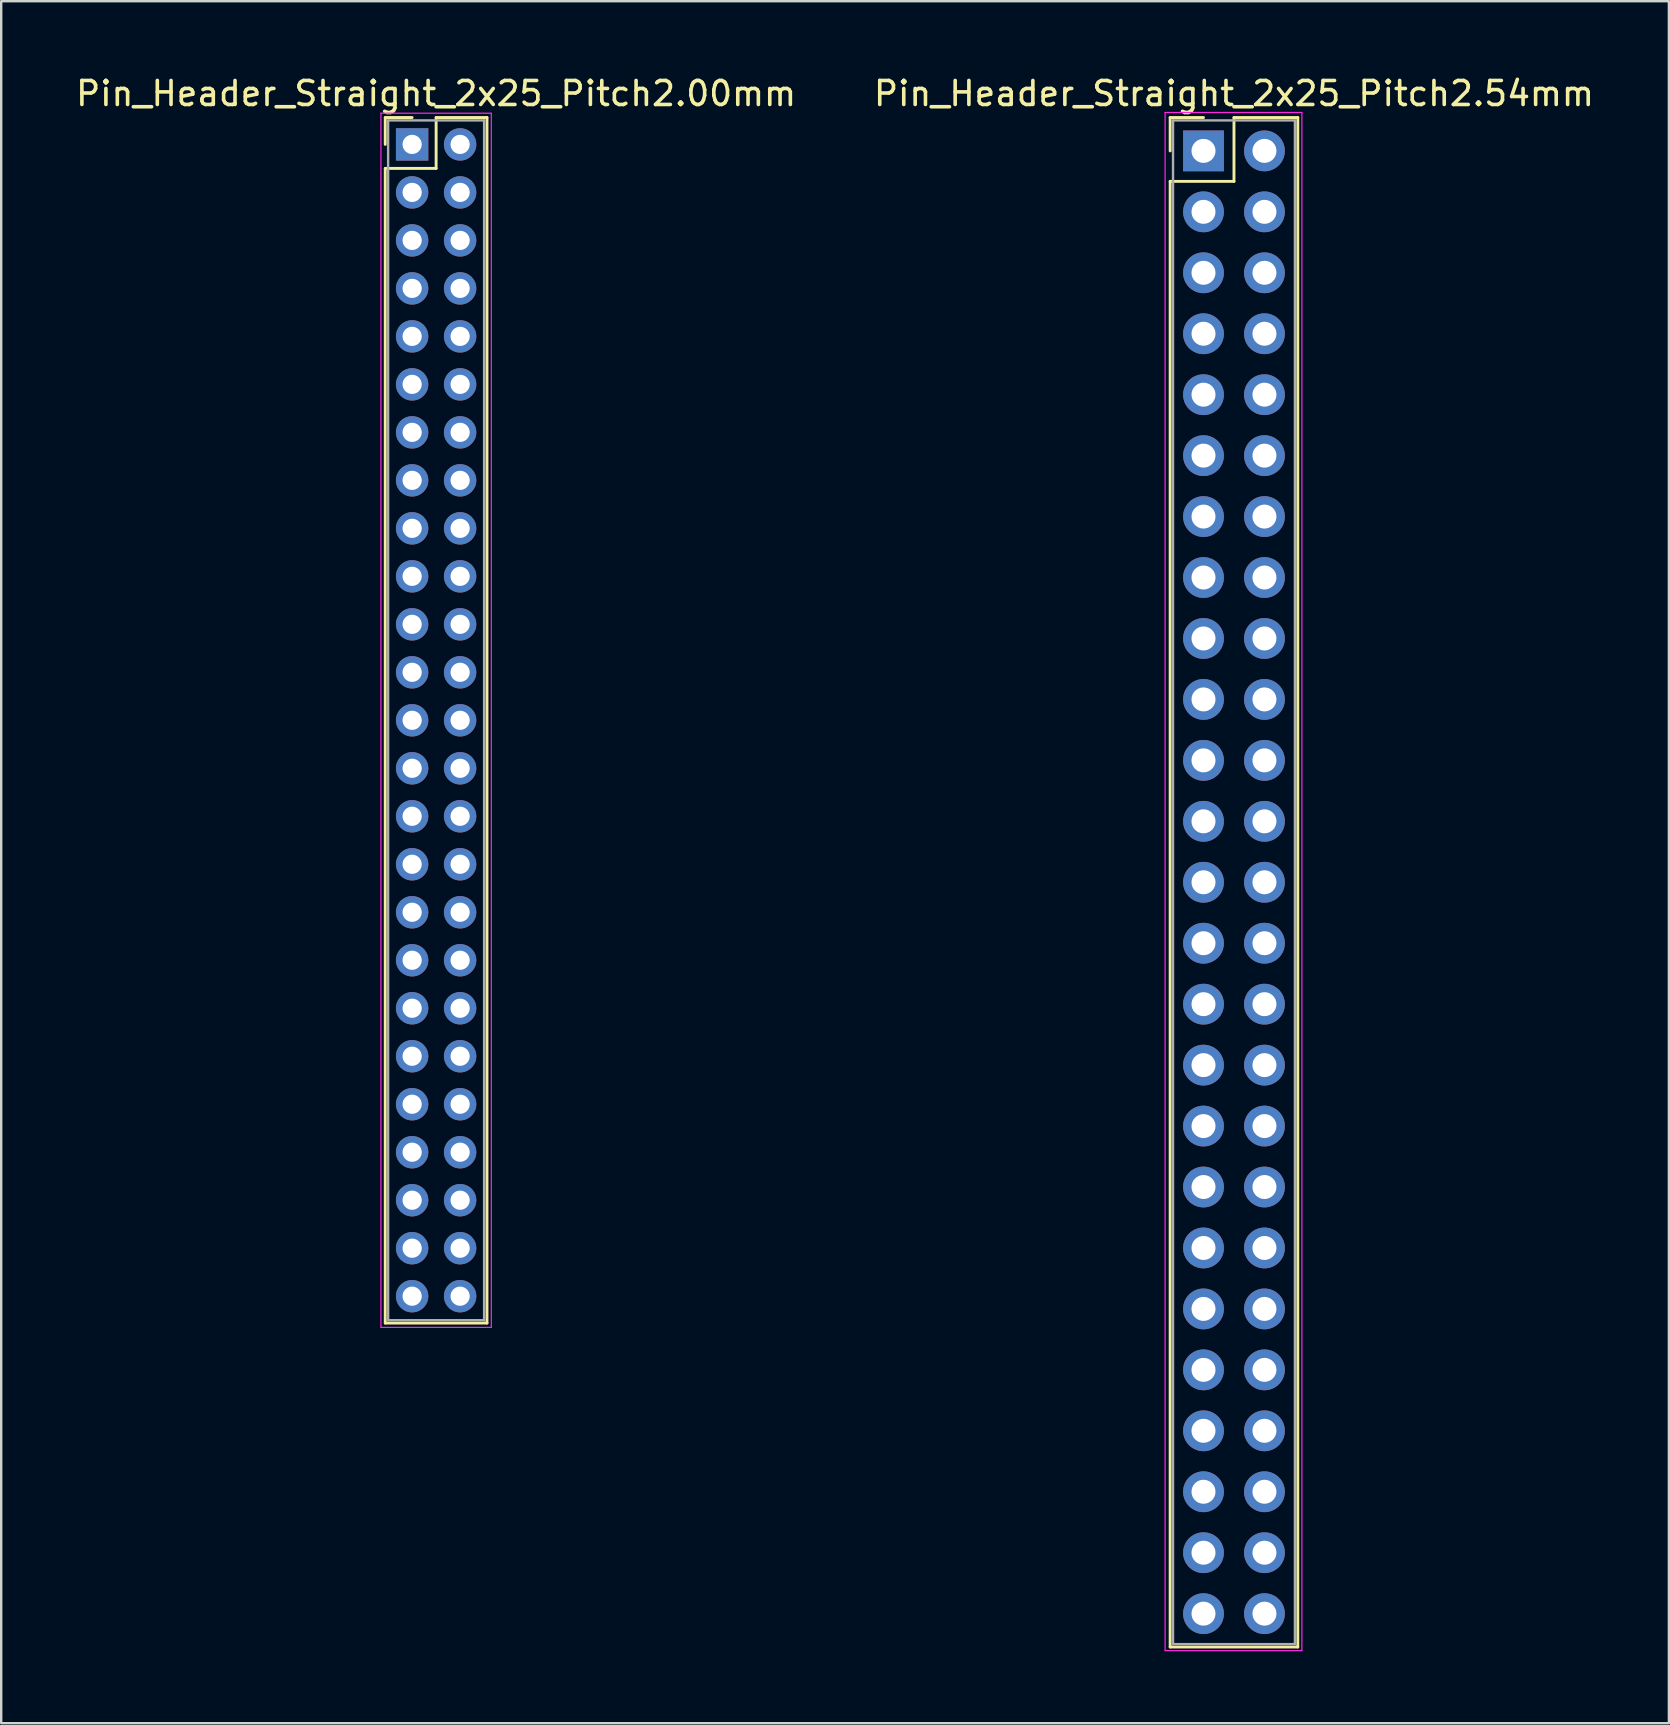
<source format=kicad_pcb>
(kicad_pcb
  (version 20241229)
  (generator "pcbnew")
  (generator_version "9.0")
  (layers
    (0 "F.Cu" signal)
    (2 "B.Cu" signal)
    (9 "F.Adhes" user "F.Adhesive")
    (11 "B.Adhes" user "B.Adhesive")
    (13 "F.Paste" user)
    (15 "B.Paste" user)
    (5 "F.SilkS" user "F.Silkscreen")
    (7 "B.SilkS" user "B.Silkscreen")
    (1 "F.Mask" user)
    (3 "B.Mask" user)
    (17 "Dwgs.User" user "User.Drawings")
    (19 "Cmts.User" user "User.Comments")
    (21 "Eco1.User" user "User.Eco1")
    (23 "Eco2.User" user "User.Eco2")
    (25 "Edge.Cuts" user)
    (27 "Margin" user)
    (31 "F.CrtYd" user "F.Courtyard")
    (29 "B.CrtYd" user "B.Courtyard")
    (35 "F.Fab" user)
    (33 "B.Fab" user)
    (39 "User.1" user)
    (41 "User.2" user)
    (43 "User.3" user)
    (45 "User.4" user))
  (footprint "Pin_Header_Straight_2x25_Pitch2.54mm"
    (layer "F.Cu")
    (at 47.105 3.238)
    (property "Reference" "Pin_Header_Straight_2x25_Pitch2.54mm" (at 1.27 -2.39 0) (layer "F.SilkS") (effects (font (size 1 1) (thickness 0.15))))
    (attr through_hole)
    (fp_line (start -1.39 -1.39) (end 0 -1.39) (stroke (width 0.12) (type solid)) (layer "F.SilkS"))
    (fp_line (start -1.39 0) (end -1.39 -1.39) (stroke (width 0.12) (type solid)) (layer "F.SilkS"))
    (fp_line (start -1.39 1.27) (end -1.39 62.35) (stroke (width 0.12) (type solid)) (layer "F.SilkS"))
    (fp_line (start -1.39 62.35) (end 3.93 62.35) (stroke (width 0.12) (type solid)) (layer "F.SilkS"))
    (fp_line (start 1.27 -1.39) (end 1.27 1.27) (stroke (width 0.12) (type solid)) (layer "F.SilkS"))
    (fp_line (start 1.27 1.27) (end -1.39 1.27) (stroke (width 0.12) (type solid)) (layer "F.SilkS"))
    (fp_line (start 3.93 -1.39) (end 1.27 -1.39) (stroke (width 0.12) (type solid)) (layer "F.SilkS"))
    (fp_line (start 3.93 62.35) (end 3.93 -1.39) (stroke (width 0.12) (type solid)) (layer "F.SilkS"))
    (fp_line (start -1.6 -1.6) (end -1.6 62.5) (stroke (width 0.05) (type solid)) (layer "F.CrtYd"))
    (fp_line (start -1.6 62.5) (end 4.1 62.5) (stroke (width 0.05) (type solid)) (layer "F.CrtYd"))
    (fp_line (start 4.1 -1.6) (end -1.6 -1.6) (stroke (width 0.05) (type solid)) (layer "F.CrtYd"))
    (fp_line (start 4.1 62.5) (end 4.1 -1.6) (stroke (width 0.05) (type solid)) (layer "F.CrtYd"))
    (fp_line (start -1.27 -1.27) (end -1.27 62.23) (stroke (width 0.1) (type solid)) (layer "F.Fab"))
    (fp_line (start -1.27 62.23) (end 3.81 62.23) (stroke (width 0.1) (type solid)) (layer "F.Fab"))
    (fp_line (start 3.81 -1.27) (end -1.27 -1.27) (stroke (width 0.1) (type solid)) (layer "F.Fab"))
    (fp_line (start 3.81 62.23) (end 3.81 -1.27) (stroke (width 0.1) (type solid)) (layer "F.Fab"))
    (pad "1" thru_hole rect (at 0 0) (size 1.7 1.7) (drill 1) (layers "*.Cu" "*.Mask"))
    (pad "2" thru_hole oval (at 2.54 0) (size 1.7 1.7) (drill 1) (layers "*.Cu" "*.Mask"))
    (pad "3" thru_hole oval (at 0 2.54) (size 1.7 1.7) (drill 1) (layers "*.Cu" "*.Mask"))
    (pad "4" thru_hole oval (at 2.54 2.54) (size 1.7 1.7) (drill 1) (layers "*.Cu" "*.Mask"))
    (pad "5" thru_hole oval (at 0 5.08) (size 1.7 1.7) (drill 1) (layers "*.Cu" "*.Mask"))
    (pad "6" thru_hole oval (at 2.54 5.08) (size 1.7 1.7) (drill 1) (layers "*.Cu" "*.Mask"))
    (pad "7" thru_hole oval (at 0 7.62) (size 1.7 1.7) (drill 1) (layers "*.Cu" "*.Mask"))
    (pad "8" thru_hole oval (at 2.54 7.62) (size 1.7 1.7) (drill 1) (layers "*.Cu" "*.Mask"))
    (pad "9" thru_hole oval (at 0 10.16) (size 1.7 1.7) (drill 1) (layers "*.Cu" "*.Mask"))
    (pad "10" thru_hole oval (at 2.54 10.16) (size 1.7 1.7) (drill 1) (layers "*.Cu" "*.Mask"))
    (pad "11" thru_hole oval (at 0 12.7) (size 1.7 1.7) (drill 1) (layers "*.Cu" "*.Mask"))
    (pad "12" thru_hole oval (at 2.54 12.7) (size 1.7 1.7) (drill 1) (layers "*.Cu" "*.Mask"))
    (pad "13" thru_hole oval (at 0 15.24) (size 1.7 1.7) (drill 1) (layers "*.Cu" "*.Mask"))
    (pad "14" thru_hole oval (at 2.54 15.24) (size 1.7 1.7) (drill 1) (layers "*.Cu" "*.Mask"))
    (pad "15" thru_hole oval (at 0 17.78) (size 1.7 1.7) (drill 1) (layers "*.Cu" "*.Mask"))
    (pad "16" thru_hole oval (at 2.54 17.78) (size 1.7 1.7) (drill 1) (layers "*.Cu" "*.Mask"))
    (pad "17" thru_hole oval (at 0 20.32) (size 1.7 1.7) (drill 1) (layers "*.Cu" "*.Mask"))
    (pad "18" thru_hole oval (at 2.54 20.32) (size 1.7 1.7) (drill 1) (layers "*.Cu" "*.Mask"))
    (pad "19" thru_hole oval (at 0 22.86) (size 1.7 1.7) (drill 1) (layers "*.Cu" "*.Mask"))
    (pad "20" thru_hole oval (at 2.54 22.86) (size 1.7 1.7) (drill 1) (layers "*.Cu" "*.Mask"))
    (pad "21" thru_hole oval (at 0 25.4) (size 1.7 1.7) (drill 1) (layers "*.Cu" "*.Mask"))
    (pad "22" thru_hole oval (at 2.54 25.4) (size 1.7 1.7) (drill 1) (layers "*.Cu" "*.Mask"))
    (pad "23" thru_hole oval (at 0 27.94) (size 1.7 1.7) (drill 1) (layers "*.Cu" "*.Mask"))
    (pad "24" thru_hole oval (at 2.54 27.94) (size 1.7 1.7) (drill 1) (layers "*.Cu" "*.Mask"))
    (pad "25" thru_hole oval (at 0 30.48) (size 1.7 1.7) (drill 1) (layers "*.Cu" "*.Mask"))
    (pad "26" thru_hole oval (at 2.54 30.48) (size 1.7 1.7) (drill 1) (layers "*.Cu" "*.Mask"))
    (pad "27" thru_hole oval (at 0 33.02) (size 1.7 1.7) (drill 1) (layers "*.Cu" "*.Mask"))
    (pad "28" thru_hole oval (at 2.54 33.02) (size 1.7 1.7) (drill 1) (layers "*.Cu" "*.Mask"))
    (pad "29" thru_hole oval (at 0 35.56) (size 1.7 1.7) (drill 1) (layers "*.Cu" "*.Mask"))
    (pad "30" thru_hole oval (at 2.54 35.56) (size 1.7 1.7) (drill 1) (layers "*.Cu" "*.Mask"))
    (pad "31" thru_hole oval (at 0 38.1) (size 1.7 1.7) (drill 1) (layers "*.Cu" "*.Mask"))
    (pad "32" thru_hole oval (at 2.54 38.1) (size 1.7 1.7) (drill 1) (layers "*.Cu" "*.Mask"))
    (pad "33" thru_hole oval (at 0 40.64) (size 1.7 1.7) (drill 1) (layers "*.Cu" "*.Mask"))
    (pad "34" thru_hole oval (at 2.54 40.64) (size 1.7 1.7) (drill 1) (layers "*.Cu" "*.Mask"))
    (pad "35" thru_hole oval (at 0 43.18) (size 1.7 1.7) (drill 1) (layers "*.Cu" "*.Mask"))
    (pad "36" thru_hole oval (at 2.54 43.18) (size 1.7 1.7) (drill 1) (layers "*.Cu" "*.Mask"))
    (pad "37" thru_hole oval (at 0 45.72) (size 1.7 1.7) (drill 1) (layers "*.Cu" "*.Mask"))
    (pad "38" thru_hole oval (at 2.54 45.72) (size 1.7 1.7) (drill 1) (layers "*.Cu" "*.Mask"))
    (pad "39" thru_hole oval (at 0 48.26) (size 1.7 1.7) (drill 1) (layers "*.Cu" "*.Mask"))
    (pad "40" thru_hole oval (at 2.54 48.26) (size 1.7 1.7) (drill 1) (layers "*.Cu" "*.Mask"))
    (pad "41" thru_hole oval (at 0 50.8) (size 1.7 1.7) (drill 1) (layers "*.Cu" "*.Mask"))
    (pad "42" thru_hole oval (at 2.54 50.8) (size 1.7 1.7) (drill 1) (layers "*.Cu" "*.Mask"))
    (pad "43" thru_hole oval (at 0 53.34) (size 1.7 1.7) (drill 1) (layers "*.Cu" "*.Mask"))
    (pad "44" thru_hole oval (at 2.54 53.34) (size 1.7 1.7) (drill 1) (layers "*.Cu" "*.Mask"))
    (pad "45" thru_hole oval (at 0 55.88) (size 1.7 1.7) (drill 1) (layers "*.Cu" "*.Mask"))
    (pad "46" thru_hole oval (at 2.54 55.88) (size 1.7 1.7) (drill 1) (layers "*.Cu" "*.Mask"))
    (pad "47" thru_hole oval (at 0 58.42) (size 1.7 1.7) (drill 1) (layers "*.Cu" "*.Mask"))
    (pad "48" thru_hole oval (at 2.54 58.42) (size 1.7 1.7) (drill 1) (layers "*.Cu" "*.Mask"))
    (pad "49" thru_hole oval (at 0 60.96) (size 1.7 1.7) (drill 1) (layers "*.Cu" "*.Mask"))
    (pad "50" thru_hole oval (at 2.54 60.96) (size 1.7 1.7) (drill 1) (layers "*.Cu" "*.Mask")))
  (footprint "Pin_Header_Straight_2x25_Pitch2.00mm"
    (layer "F.Cu")
    (at 14.125 2.968)
    (property "Reference" "Pin_Header_Straight_2x25_Pitch2.00mm" (at 1 -2.12 0) (layer "F.SilkS") (effects (font (size 1 1) (thickness 0.15))))
    (attr through_hole)
    (fp_line (start -1.12 -1.12) (end 0 -1.12) (stroke (width 0.12) (type solid)) (layer "F.SilkS"))
    (fp_line (start -1.12 0) (end -1.12 -1.12) (stroke (width 0.12) (type solid)) (layer "F.SilkS"))
    (fp_line (start -1.12 1) (end -1.12 49.12) (stroke (width 0.12) (type solid)) (layer "F.SilkS"))
    (fp_line (start -1.12 49.12) (end 3.12 49.12) (stroke (width 0.12) (type solid)) (layer "F.SilkS"))
    (fp_line (start 1 -1.12) (end 1 1) (stroke (width 0.12) (type solid)) (layer "F.SilkS"))
    (fp_line (start 1 1) (end -1.12 1) (stroke (width 0.12) (type solid)) (layer "F.SilkS"))
    (fp_line (start 3.12 -1.12) (end 1 -1.12) (stroke (width 0.12) (type solid)) (layer "F.SilkS"))
    (fp_line (start 3.12 49.12) (end 3.12 -1.12) (stroke (width 0.12) (type solid)) (layer "F.SilkS"))
    (fp_line (start -1.3 -1.3) (end -1.3 49.3) (stroke (width 0.05) (type solid)) (layer "F.CrtYd"))
    (fp_line (start -1.3 49.3) (end 3.3 49.3) (stroke (width 0.05) (type solid)) (layer "F.CrtYd"))
    (fp_line (start 3.3 -1.3) (end -1.3 -1.3) (stroke (width 0.05) (type solid)) (layer "F.CrtYd"))
    (fp_line (start 3.3 49.3) (end 3.3 -1.3) (stroke (width 0.05) (type solid)) (layer "F.CrtYd"))
    (fp_line (start -1 -1) (end -1 49) (stroke (width 0.1) (type solid)) (layer "F.Fab"))
    (fp_line (start -1 49) (end 3 49) (stroke (width 0.1) (type solid)) (layer "F.Fab"))
    (fp_line (start 3 -1) (end -1 -1) (stroke (width 0.1) (type solid)) (layer "F.Fab"))
    (fp_line (start 3 49) (end 3 -1) (stroke (width 0.1) (type solid)) (layer "F.Fab"))
    (pad "1" thru_hole rect (at 0 0) (size 1.35 1.35) (drill 0.8) (layers "*.Cu" "*.Mask"))
    (pad "2" thru_hole oval (at 2 0) (size 1.35 1.35) (drill 0.8) (layers "*.Cu" "*.Mask"))
    (pad "3" thru_hole oval (at 0 2) (size 1.35 1.35) (drill 0.8) (layers "*.Cu" "*.Mask"))
    (pad "4" thru_hole oval (at 2 2) (size 1.35 1.35) (drill 0.8) (layers "*.Cu" "*.Mask"))
    (pad "5" thru_hole oval (at 0 4) (size 1.35 1.35) (drill 0.8) (layers "*.Cu" "*.Mask"))
    (pad "6" thru_hole oval (at 2 4) (size 1.35 1.35) (drill 0.8) (layers "*.Cu" "*.Mask"))
    (pad "7" thru_hole oval (at 0 6) (size 1.35 1.35) (drill 0.8) (layers "*.Cu" "*.Mask"))
    (pad "8" thru_hole oval (at 2 6) (size 1.35 1.35) (drill 0.8) (layers "*.Cu" "*.Mask"))
    (pad "9" thru_hole oval (at 0 8) (size 1.35 1.35) (drill 0.8) (layers "*.Cu" "*.Mask"))
    (pad "10" thru_hole oval (at 2 8) (size 1.35 1.35) (drill 0.8) (layers "*.Cu" "*.Mask"))
    (pad "11" thru_hole oval (at 0 10) (size 1.35 1.35) (drill 0.8) (layers "*.Cu" "*.Mask"))
    (pad "12" thru_hole oval (at 2 10) (size 1.35 1.35) (drill 0.8) (layers "*.Cu" "*.Mask"))
    (pad "13" thru_hole oval (at 0 12) (size 1.35 1.35) (drill 0.8) (layers "*.Cu" "*.Mask"))
    (pad "14" thru_hole oval (at 2 12) (size 1.35 1.35) (drill 0.8) (layers "*.Cu" "*.Mask"))
    (pad "15" thru_hole oval (at 0 14) (size 1.35 1.35) (drill 0.8) (layers "*.Cu" "*.Mask"))
    (pad "16" thru_hole oval (at 2 14) (size 1.35 1.35) (drill 0.8) (layers "*.Cu" "*.Mask"))
    (pad "17" thru_hole oval (at 0 16) (size 1.35 1.35) (drill 0.8) (layers "*.Cu" "*.Mask"))
    (pad "18" thru_hole oval (at 2 16) (size 1.35 1.35) (drill 0.8) (layers "*.Cu" "*.Mask"))
    (pad "19" thru_hole oval (at 0 18) (size 1.35 1.35) (drill 0.8) (layers "*.Cu" "*.Mask"))
    (pad "20" thru_hole oval (at 2 18) (size 1.35 1.35) (drill 0.8) (layers "*.Cu" "*.Mask"))
    (pad "21" thru_hole oval (at 0 20) (size 1.35 1.35) (drill 0.8) (layers "*.Cu" "*.Mask"))
    (pad "22" thru_hole oval (at 2 20) (size 1.35 1.35) (drill 0.8) (layers "*.Cu" "*.Mask"))
    (pad "23" thru_hole oval (at 0 22) (size 1.35 1.35) (drill 0.8) (layers "*.Cu" "*.Mask"))
    (pad "24" thru_hole oval (at 2 22) (size 1.35 1.35) (drill 0.8) (layers "*.Cu" "*.Mask"))
    (pad "25" thru_hole oval (at 0 24) (size 1.35 1.35) (drill 0.8) (layers "*.Cu" "*.Mask"))
    (pad "26" thru_hole oval (at 2 24) (size 1.35 1.35) (drill 0.8) (layers "*.Cu" "*.Mask"))
    (pad "27" thru_hole oval (at 0 26) (size 1.35 1.35) (drill 0.8) (layers "*.Cu" "*.Mask"))
    (pad "28" thru_hole oval (at 2 26) (size 1.35 1.35) (drill 0.8) (layers "*.Cu" "*.Mask"))
    (pad "29" thru_hole oval (at 0 28) (size 1.35 1.35) (drill 0.8) (layers "*.Cu" "*.Mask"))
    (pad "30" thru_hole oval (at 2 28) (size 1.35 1.35) (drill 0.8) (layers "*.Cu" "*.Mask"))
    (pad "31" thru_hole oval (at 0 30) (size 1.35 1.35) (drill 0.8) (layers "*.Cu" "*.Mask"))
    (pad "32" thru_hole oval (at 2 30) (size 1.35 1.35) (drill 0.8) (layers "*.Cu" "*.Mask"))
    (pad "33" thru_hole oval (at 0 32) (size 1.35 1.35) (drill 0.8) (layers "*.Cu" "*.Mask"))
    (pad "34" thru_hole oval (at 2 32) (size 1.35 1.35) (drill 0.8) (layers "*.Cu" "*.Mask"))
    (pad "35" thru_hole oval (at 0 34) (size 1.35 1.35) (drill 0.8) (layers "*.Cu" "*.Mask"))
    (pad "36" thru_hole oval (at 2 34) (size 1.35 1.35) (drill 0.8) (layers "*.Cu" "*.Mask"))
    (pad "37" thru_hole oval (at 0 36) (size 1.35 1.35) (drill 0.8) (layers "*.Cu" "*.Mask"))
    (pad "38" thru_hole oval (at 2 36) (size 1.35 1.35) (drill 0.8) (layers "*.Cu" "*.Mask"))
    (pad "39" thru_hole oval (at 0 38) (size 1.35 1.35) (drill 0.8) (layers "*.Cu" "*.Mask"))
    (pad "40" thru_hole oval (at 2 38) (size 1.35 1.35) (drill 0.8) (layers "*.Cu" "*.Mask"))
    (pad "41" thru_hole oval (at 0 40) (size 1.35 1.35) (drill 0.8) (layers "*.Cu" "*.Mask"))
    (pad "42" thru_hole oval (at 2 40) (size 1.35 1.35) (drill 0.8) (layers "*.Cu" "*.Mask"))
    (pad "43" thru_hole oval (at 0 42) (size 1.35 1.35) (drill 0.8) (layers "*.Cu" "*.Mask"))
    (pad "44" thru_hole oval (at 2 42) (size 1.35 1.35) (drill 0.8) (layers "*.Cu" "*.Mask"))
    (pad "45" thru_hole oval (at 0 44) (size 1.35 1.35) (drill 0.8) (layers "*.Cu" "*.Mask"))
    (pad "46" thru_hole oval (at 2 44) (size 1.35 1.35) (drill 0.8) (layers "*.Cu" "*.Mask"))
    (pad "47" thru_hole oval (at 0 46) (size 1.35 1.35) (drill 0.8) (layers "*.Cu" "*.Mask"))
    (pad "48" thru_hole oval (at 2 46) (size 1.35 1.35) (drill 0.8) (layers "*.Cu" "*.Mask"))
    (pad "49" thru_hole oval (at 0 48) (size 1.35 1.35) (drill 0.8) (layers "*.Cu" "*.Mask"))
    (pad "50" thru_hole oval (at 2 48) (size 1.35 1.35) (drill 0.8) (layers "*.Cu" "*.Mask")))
  (gr_rect
    (start -3 -3)
    (end 66.5 68.763)
    (stroke (width 0.1) (type default))
    (fill no)
    (layer "Edge.Cuts")))
</source>
